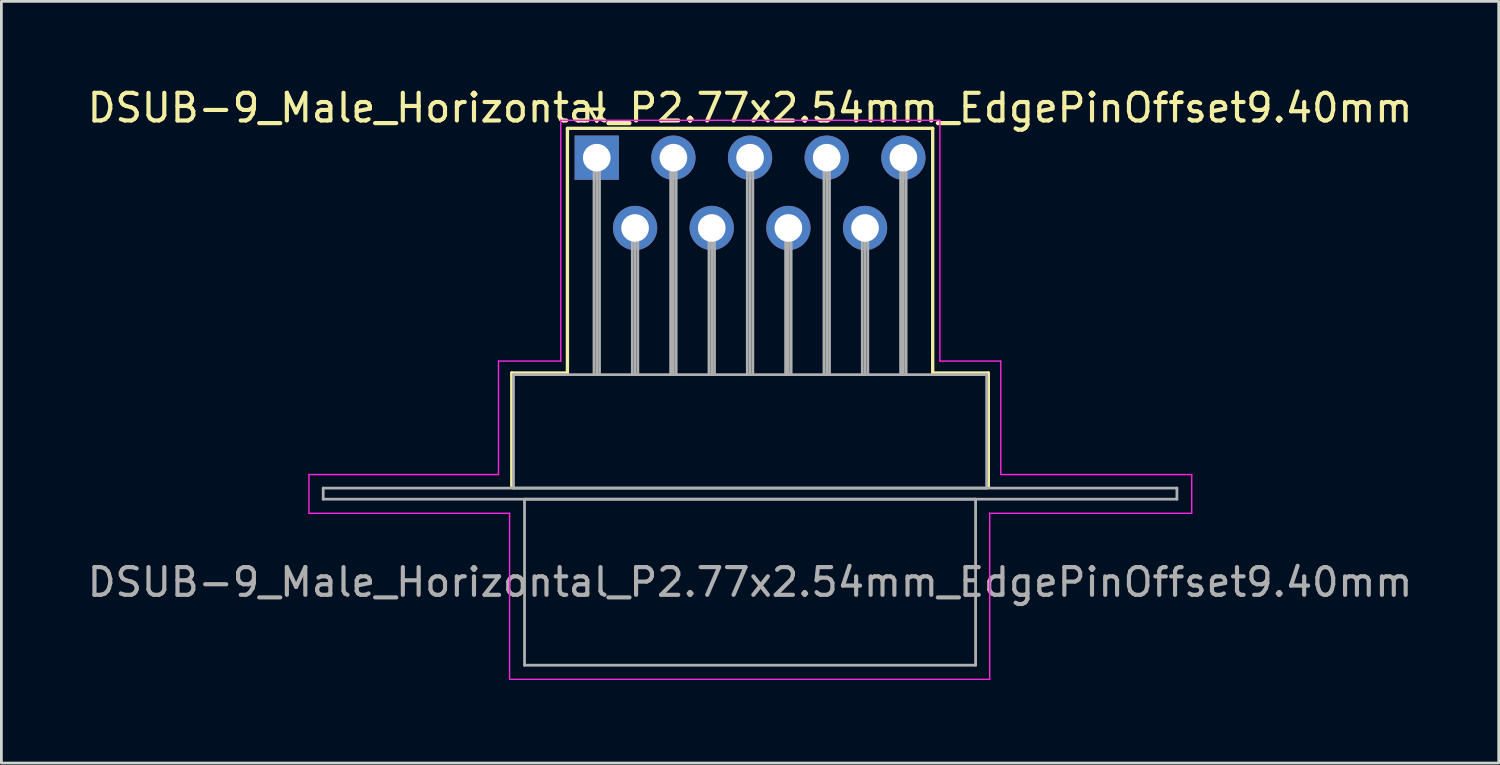
<source format=kicad_pcb>
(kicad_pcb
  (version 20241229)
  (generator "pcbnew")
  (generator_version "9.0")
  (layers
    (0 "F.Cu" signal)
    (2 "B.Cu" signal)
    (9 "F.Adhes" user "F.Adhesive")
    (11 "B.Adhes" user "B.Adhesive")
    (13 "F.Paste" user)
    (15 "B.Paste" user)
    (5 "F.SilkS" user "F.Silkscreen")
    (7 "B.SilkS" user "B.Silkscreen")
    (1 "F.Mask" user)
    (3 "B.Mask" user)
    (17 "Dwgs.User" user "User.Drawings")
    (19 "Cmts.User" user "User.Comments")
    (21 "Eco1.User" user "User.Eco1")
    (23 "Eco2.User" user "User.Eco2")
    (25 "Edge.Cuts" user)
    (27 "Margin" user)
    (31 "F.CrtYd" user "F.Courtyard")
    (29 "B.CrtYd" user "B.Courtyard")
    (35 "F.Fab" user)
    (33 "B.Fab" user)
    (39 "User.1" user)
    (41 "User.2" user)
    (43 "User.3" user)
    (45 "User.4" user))
  (footprint "DSUB-9_Male_Horizontal_P2.77x2.54mm_EdgePinOffset9.40mm"
    (layer "F.Cu")
    (at 18.514 2.648)
    (property "Reference" "DSUB-9_Male_Horizontal_P2.77x2.54mm_EdgePinOffset9.40mm" (at 5.54 -1.8 0) (layer "F.SilkS") (effects (font (size 1 1) (thickness 0.15))))
    (attr through_hole)
    (fp_line (start -3.07 7.78) (end -1.06 7.78) (stroke (width 0.12) (type solid)) (layer "F.SilkS"))
    (fp_line (start -3.07 11.88) (end -3.07 7.78) (stroke (width 0.12) (type solid)) (layer "F.SilkS"))
    (fp_line (start -1.06 -1.06) (end 12.14 -1.06) (stroke (width 0.12) (type solid)) (layer "F.SilkS"))
    (fp_line (start -1.06 7.78) (end -1.06 -1.06) (stroke (width 0.12) (type solid)) (layer "F.SilkS"))
    (fp_line (start -0.25 -1.754) (end 0.25 -1.754) (stroke (width 0.12) (type solid)) (layer "F.SilkS"))
    (fp_line (start 0 -1.321) (end -0.25 -1.754) (stroke (width 0.12) (type solid)) (layer "F.SilkS"))
    (fp_line (start 0.25 -1.754) (end 0 -1.321) (stroke (width 0.12) (type solid)) (layer "F.SilkS"))
    (fp_line (start 12.14 -1.06) (end 12.14 7.78) (stroke (width 0.12) (type solid)) (layer "F.SilkS"))
    (fp_line (start 12.14 7.78) (end 14.15 7.78) (stroke (width 0.12) (type solid)) (layer "F.SilkS"))
    (fp_line (start 14.15 7.78) (end 14.15 11.88) (stroke (width 0.12) (type solid)) (layer "F.SilkS"))
    (fp_line (start -10.4 11.45) (end -3.55 11.45) (stroke (width 0.05) (type solid)) (layer "F.CrtYd"))
    (fp_line (start -10.4 12.85) (end -10.4 11.45) (stroke (width 0.05) (type solid)) (layer "F.CrtYd"))
    (fp_line (start -3.55 7.35) (end -1.3 7.35) (stroke (width 0.05) (type solid)) (layer "F.CrtYd"))
    (fp_line (start -3.55 11.45) (end -3.55 7.35) (stroke (width 0.05) (type solid)) (layer "F.CrtYd"))
    (fp_line (start -3.15 12.85) (end -10.4 12.85) (stroke (width 0.05) (type solid)) (layer "F.CrtYd"))
    (fp_line (start -3.15 18.85) (end -3.15 12.85) (stroke (width 0.05) (type solid)) (layer "F.CrtYd"))
    (fp_line (start -1.3 -1.35) (end 12.4 -1.35) (stroke (width 0.05) (type solid)) (layer "F.CrtYd"))
    (fp_line (start -1.3 7.35) (end -1.3 -1.35) (stroke (width 0.05) (type solid)) (layer "F.CrtYd"))
    (fp_line (start 12.4 -1.35) (end 12.4 7.35) (stroke (width 0.05) (type solid)) (layer "F.CrtYd"))
    (fp_line (start 12.4 7.35) (end 14.6 7.35) (stroke (width 0.05) (type solid)) (layer "F.CrtYd"))
    (fp_line (start 14.2 12.85) (end 14.2 18.85) (stroke (width 0.05) (type solid)) (layer "F.CrtYd"))
    (fp_line (start 14.2 18.85) (end -3.15 18.85) (stroke (width 0.05) (type solid)) (layer "F.CrtYd"))
    (fp_line (start 14.6 7.35) (end 14.6 11.45) (stroke (width 0.05) (type solid)) (layer "F.CrtYd"))
    (fp_line (start 14.6 11.45) (end 21.5 11.45) (stroke (width 0.05) (type solid)) (layer "F.CrtYd"))
    (fp_line (start 21.5 11.45) (end 21.5 12.85) (stroke (width 0.05) (type solid)) (layer "F.CrtYd"))
    (fp_line (start 21.5 12.85) (end 14.2 12.85) (stroke (width 0.05) (type solid)) (layer "F.CrtYd"))
    (fp_line (start -9.885 11.94) (end -9.885 12.34) (stroke (width 0.1) (type solid)) (layer "F.Fab"))
    (fp_line (start -9.885 12.34) (end 20.965 12.34) (stroke (width 0.1) (type solid)) (layer "F.Fab"))
    (fp_line (start -3.01 7.84) (end -3.01 11.94) (stroke (width 0.1) (type solid)) (layer "F.Fab"))
    (fp_line (start -3.01 11.94) (end 14.09 11.94) (stroke (width 0.1) (type solid)) (layer "F.Fab"))
    (fp_line (start -2.61 12.34) (end -2.61 18.34) (stroke (width 0.1) (type solid)) (layer "F.Fab"))
    (fp_line (start -2.61 18.34) (end 13.69 18.34) (stroke (width 0.1) (type solid)) (layer "F.Fab"))
    (fp_line (start -0.1 0) (end -0.1 7.84) (stroke (width 0.1) (type solid)) (layer "F.Fab"))
    (fp_line (start 0 0) (end 0 7.84) (stroke (width 0.1) (type solid)) (layer "F.Fab"))
    (fp_line (start 0.1 0) (end 0.1 7.84) (stroke (width 0.1) (type solid)) (layer "F.Fab"))
    (fp_line (start 1.285 2.54) (end 1.285 7.84) (stroke (width 0.1) (type solid)) (layer "F.Fab"))
    (fp_line (start 1.385 2.54) (end 1.385 7.84) (stroke (width 0.1) (type solid)) (layer "F.Fab"))
    (fp_line (start 1.485 2.54) (end 1.485 7.84) (stroke (width 0.1) (type solid)) (layer "F.Fab"))
    (fp_line (start 2.67 0) (end 2.67 7.84) (stroke (width 0.1) (type solid)) (layer "F.Fab"))
    (fp_line (start 2.77 0) (end 2.77 7.84) (stroke (width 0.1) (type solid)) (layer "F.Fab"))
    (fp_line (start 2.87 0) (end 2.87 7.84) (stroke (width 0.1) (type solid)) (layer "F.Fab"))
    (fp_line (start 4.055 2.54) (end 4.055 7.84) (stroke (width 0.1) (type solid)) (layer "F.Fab"))
    (fp_line (start 4.155 2.54) (end 4.155 7.84) (stroke (width 0.1) (type solid)) (layer "F.Fab"))
    (fp_line (start 4.255 2.54) (end 4.255 7.84) (stroke (width 0.1) (type solid)) (layer "F.Fab"))
    (fp_line (start 5.44 0) (end 5.44 7.84) (stroke (width 0.1) (type solid)) (layer "F.Fab"))
    (fp_line (start 5.54 0) (end 5.54 7.84) (stroke (width 0.1) (type solid)) (layer "F.Fab"))
    (fp_line (start 5.64 0) (end 5.64 7.84) (stroke (width 0.1) (type solid)) (layer "F.Fab"))
    (fp_line (start 6.825 2.54) (end 6.825 7.84) (stroke (width 0.1) (type solid)) (layer "F.Fab"))
    (fp_line (start 6.925 2.54) (end 6.925 7.84) (stroke (width 0.1) (type solid)) (layer "F.Fab"))
    (fp_line (start 7.025 2.54) (end 7.025 7.84) (stroke (width 0.1) (type solid)) (layer "F.Fab"))
    (fp_line (start 8.21 0) (end 8.21 7.84) (stroke (width 0.1) (type solid)) (layer "F.Fab"))
    (fp_line (start 8.31 0) (end 8.31 7.84) (stroke (width 0.1) (type solid)) (layer "F.Fab"))
    (fp_line (start 8.41 0) (end 8.41 7.84) (stroke (width 0.1) (type solid)) (layer "F.Fab"))
    (fp_line (start 9.595 2.54) (end 9.595 7.84) (stroke (width 0.1) (type solid)) (layer "F.Fab"))
    (fp_line (start 9.695 2.54) (end 9.695 7.84) (stroke (width 0.1) (type solid)) (layer "F.Fab"))
    (fp_line (start 9.795 2.54) (end 9.795 7.84) (stroke (width 0.1) (type solid)) (layer "F.Fab"))
    (fp_line (start 10.98 0) (end 10.98 7.84) (stroke (width 0.1) (type solid)) (layer "F.Fab"))
    (fp_line (start 11.08 0) (end 11.08 7.84) (stroke (width 0.1) (type solid)) (layer "F.Fab"))
    (fp_line (start 11.18 0) (end 11.18 7.84) (stroke (width 0.1) (type solid)) (layer "F.Fab"))
    (fp_line (start 13.69 12.34) (end -2.61 12.34) (stroke (width 0.1) (type solid)) (layer "F.Fab"))
    (fp_line (start 13.69 18.34) (end 13.69 12.34) (stroke (width 0.1) (type solid)) (layer "F.Fab"))
    (fp_line (start 14.09 7.84) (end -3.01 7.84) (stroke (width 0.1) (type solid)) (layer "F.Fab"))
    (fp_line (start 14.09 11.94) (end 14.09 7.84) (stroke (width 0.1) (type solid)) (layer "F.Fab"))
    (fp_line (start 20.965 11.94) (end -9.885 11.94) (stroke (width 0.1) (type solid)) (layer "F.Fab"))
    (fp_line (start 20.965 12.34) (end 20.965 11.94) (stroke (width 0.1) (type solid)) (layer "F.Fab"))
    (fp_text user "${REFERENCE}" (at 5.54 15.34 0) (layer "F.Fab") (effects (font (size 1 1) (thickness 0.15))))
    (pad "1" thru_hole rect (at 0 0) (size 1.6 1.6) (drill 1) (layers "*.Cu" "*.Mask"))
    (pad "2" thru_hole circle (at 2.77 0) (size 1.6 1.6) (drill 1) (layers "*.Cu" "*.Mask"))
    (pad "3" thru_hole circle (at 5.54 0) (size 1.6 1.6) (drill 1) (layers "*.Cu" "*.Mask"))
    (pad "4" thru_hole circle (at 8.31 0) (size 1.6 1.6) (drill 1) (layers "*.Cu" "*.Mask"))
    (pad "5" thru_hole circle (at 11.08 0) (size 1.6 1.6) (drill 1) (layers "*.Cu" "*.Mask"))
    (pad "6" thru_hole circle (at 1.385 2.54) (size 1.6 1.6) (drill 1) (layers "*.Cu" "*.Mask"))
    (pad "7" thru_hole circle (at 4.155 2.54) (size 1.6 1.6) (drill 1) (layers "*.Cu" "*.Mask"))
    (pad "8" thru_hole circle (at 6.925 2.54) (size 1.6 1.6) (drill 1) (layers "*.Cu" "*.Mask"))
    (pad "9" thru_hole circle (at 9.695 2.54) (size 1.6 1.6) (drill 1) (layers "*.Cu" "*.Mask")))
  (gr_rect
    (start -3 -3)
    (end 51.107 24.523)
    (stroke (width 0.1) (type default))
    (fill no)
    (layer "Edge.Cuts")))
</source>
